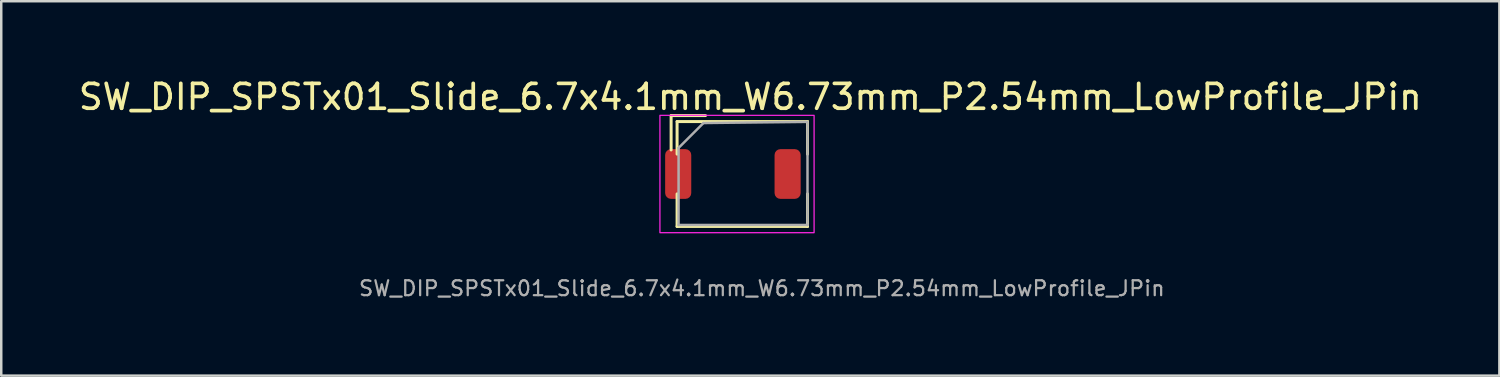
<source format=kicad_pcb>
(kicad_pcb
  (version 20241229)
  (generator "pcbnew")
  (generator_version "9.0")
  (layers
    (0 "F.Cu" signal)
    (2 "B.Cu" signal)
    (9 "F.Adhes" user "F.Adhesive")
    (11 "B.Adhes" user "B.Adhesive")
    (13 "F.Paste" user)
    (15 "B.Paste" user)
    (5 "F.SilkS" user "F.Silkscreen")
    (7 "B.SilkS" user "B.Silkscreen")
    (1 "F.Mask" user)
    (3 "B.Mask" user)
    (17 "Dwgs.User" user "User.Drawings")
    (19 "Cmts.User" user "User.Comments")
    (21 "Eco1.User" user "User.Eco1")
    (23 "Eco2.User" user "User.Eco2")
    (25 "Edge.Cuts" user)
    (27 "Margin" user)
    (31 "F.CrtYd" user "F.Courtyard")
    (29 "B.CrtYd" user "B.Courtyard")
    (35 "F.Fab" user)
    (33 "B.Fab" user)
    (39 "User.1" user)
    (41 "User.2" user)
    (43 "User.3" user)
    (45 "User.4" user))
  (footprint "SW_DIP_SPSTx01_Slide_6.7x4.1mm_W6.73mm_P2.54mm_LowProfile_JPin"
    (layer "F.Cu")
    (at 24.225 3.948)
    (property "Reference" "SW_DIP_SPSTx01_Slide_6.7x4.1mm_W6.73mm_P2.54mm_LowProfile_JPin" (at 2.9 -3.1 0) (layer "F.SilkS") (effects (font (size 1 1) (thickness 0.15))))
    (attr smd)
    (fp_line (start -0.285 -2.35) (end -0.285 -0.967) (stroke (width 0.12) (type solid)) (layer "F.SilkS"))
    (fp_line (start -0.285 -2.35) (end 1.098 -2.35) (stroke (width 0.12) (type solid)) (layer "F.SilkS"))
    (fp_line (start -0.045 -2.11) (end -0.045 -0.8) (stroke (width 0.12) (type solid)) (layer "F.SilkS"))
    (fp_line (start -0.045 -2.11) (end 5.2 -2.11) (stroke (width 0.12) (type solid)) (layer "F.SilkS"))
    (fp_line (start -0.045 0.8) (end -0.045 2.11) (stroke (width 0.12) (type solid)) (layer "F.SilkS"))
    (fp_line (start -0.045 2.11) (end 5.2 2.11) (stroke (width 0.12) (type solid)) (layer "F.SilkS"))
    (fp_line (start 5.2 -2.11) (end 5.2 -0.8) (stroke (width 0.12) (type solid)) (layer "F.SilkS"))
    (fp_line (start 5.2 0.8) (end 5.2 2.11) (stroke (width 0.12) (type solid)) (layer "F.SilkS"))
    (fp_rect (start -0.735 -2.36) (end 5.465 2.36) (stroke (width 0.05) (type solid)) (fill no) (layer "F.CrtYd"))
    (fp_line (start 0.015 -1.05) (end 1.015 -2.05) (stroke (width 0.1) (type solid)) (layer "F.Fab"))
    (fp_line (start 0.015 2.05) (end 0.015 -1.05) (stroke (width 0.1) (type solid)) (layer "F.Fab"))
    (fp_line (start 1.015 -2.05) (end 5.2 -2.1) (stroke (width 0.1) (type solid)) (layer "F.Fab"))
    (fp_line (start 5.2 -2.05) (end 5.2 2.05) (stroke (width 0.1) (type solid)) (layer "F.Fab"))
    (fp_line (start 5.2 2.05) (end 0.015 2.05) (stroke (width 0.1) (type solid)) (layer "F.Fab"))
    (fp_text user "${REFERENCE}" (at 3.365 4.6 180) (layer "F.Fab") (effects (font (size 0.6 0.6) (thickness 0.09))))
    (pad "1" smd roundrect (at 0 0) (size 1.05 2) (layers "F.Cu" "F.Mask" "F.Paste") (roundrect_rratio 0.223))
    (pad "2" smd roundrect (at 4.4 0) (size 1.05 2) (layers "F.Cu" "F.Mask" "F.Paste") (roundrect_rratio 0.223)))
  (gr_rect
    (start -3 -3)
    (end 57.25 12.057)
    (stroke (width 0.1) (type default))
    (fill no)
    (layer "Edge.Cuts")))
</source>
